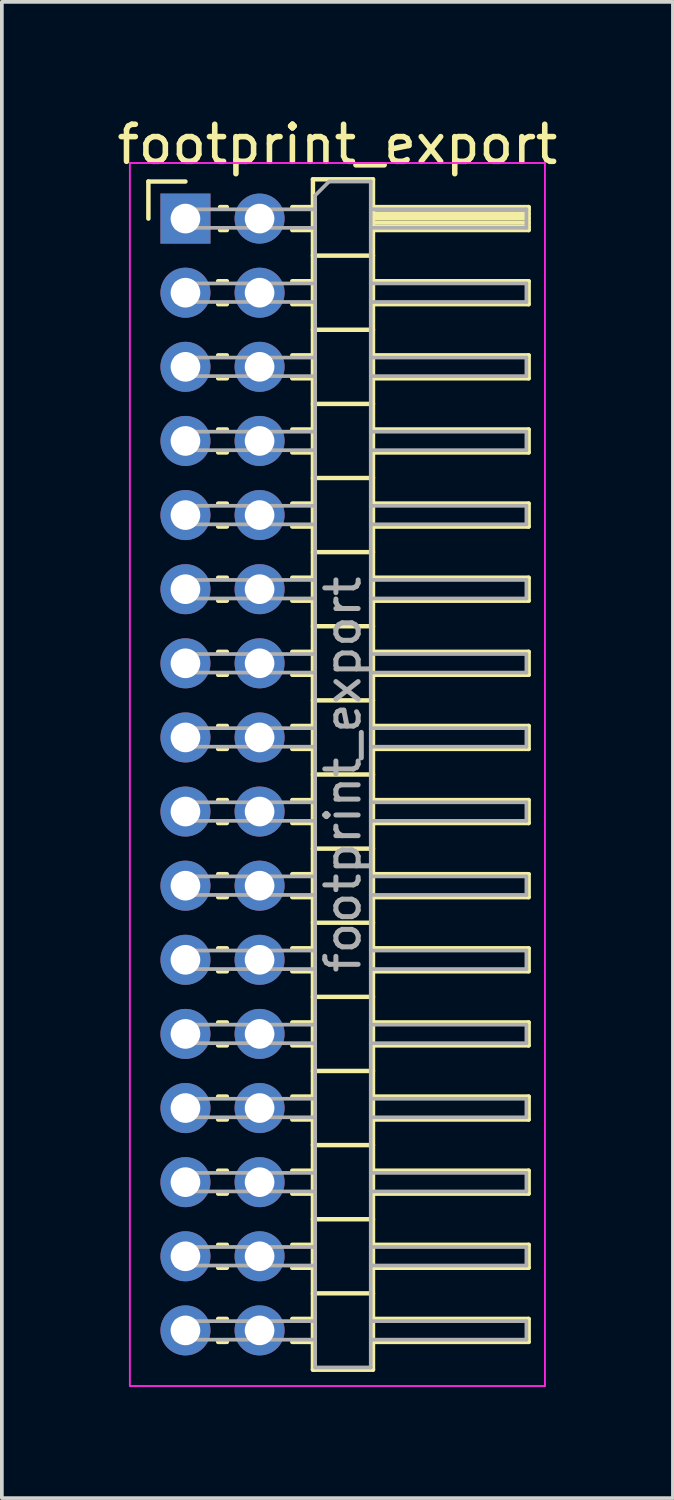
<source format=kicad_pcb>
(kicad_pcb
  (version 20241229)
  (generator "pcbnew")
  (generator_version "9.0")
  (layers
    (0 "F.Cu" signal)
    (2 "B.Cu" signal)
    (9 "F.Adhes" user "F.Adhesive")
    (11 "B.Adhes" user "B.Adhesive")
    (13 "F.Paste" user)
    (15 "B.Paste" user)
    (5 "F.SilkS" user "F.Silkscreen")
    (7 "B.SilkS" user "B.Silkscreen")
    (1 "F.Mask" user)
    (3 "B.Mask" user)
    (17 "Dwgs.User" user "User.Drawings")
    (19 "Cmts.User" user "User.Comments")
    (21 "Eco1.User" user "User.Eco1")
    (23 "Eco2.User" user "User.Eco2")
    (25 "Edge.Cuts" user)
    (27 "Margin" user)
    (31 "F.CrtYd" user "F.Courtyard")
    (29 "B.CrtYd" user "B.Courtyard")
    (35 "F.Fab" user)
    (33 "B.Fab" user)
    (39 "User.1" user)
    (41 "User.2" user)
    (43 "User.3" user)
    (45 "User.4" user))
  (footprint "footprint_export"
    (layer "F.Cu")
    (at 1.954 2.848)
    (property "Reference" "footprint_export" (at 4.1 -2 0) (layer "F.SilkS") (effects (font (size 1 1) (thickness 0.15))))
    (attr through_hole)
    (fp_line (start -1 -1) (end 0 -1) (stroke (width 0.12) (type solid)) (layer "F.SilkS"))
    (fp_line (start -1 0) (end -1 -1) (stroke (width 0.12) (type solid)) (layer "F.SilkS"))
    (fp_line (start 0.882 1.69) (end 1.118 1.69) (stroke (width 0.12) (type solid)) (layer "F.SilkS"))
    (fp_line (start 0.882 2.31) (end 1.118 2.31) (stroke (width 0.12) (type solid)) (layer "F.SilkS"))
    (fp_line (start 0.882 3.69) (end 1.118 3.69) (stroke (width 0.12) (type solid)) (layer "F.SilkS"))
    (fp_line (start 0.882 4.31) (end 1.118 4.31) (stroke (width 0.12) (type solid)) (layer "F.SilkS"))
    (fp_line (start 0.882 5.69) (end 1.118 5.69) (stroke (width 0.12) (type solid)) (layer "F.SilkS"))
    (fp_line (start 0.882 6.31) (end 1.118 6.31) (stroke (width 0.12) (type solid)) (layer "F.SilkS"))
    (fp_line (start 0.882 7.69) (end 1.118 7.69) (stroke (width 0.12) (type solid)) (layer "F.SilkS"))
    (fp_line (start 0.882 8.31) (end 1.118 8.31) (stroke (width 0.12) (type solid)) (layer "F.SilkS"))
    (fp_line (start 0.882 9.69) (end 1.118 9.69) (stroke (width 0.12) (type solid)) (layer "F.SilkS"))
    (fp_line (start 0.882 10.31) (end 1.118 10.31) (stroke (width 0.12) (type solid)) (layer "F.SilkS"))
    (fp_line (start 0.882 11.69) (end 1.118 11.69) (stroke (width 0.12) (type solid)) (layer "F.SilkS"))
    (fp_line (start 0.882 12.31) (end 1.118 12.31) (stroke (width 0.12) (type solid)) (layer "F.SilkS"))
    (fp_line (start 0.882 13.69) (end 1.118 13.69) (stroke (width 0.12) (type solid)) (layer "F.SilkS"))
    (fp_line (start 0.882 14.31) (end 1.118 14.31) (stroke (width 0.12) (type solid)) (layer "F.SilkS"))
    (fp_line (start 0.882 15.69) (end 1.118 15.69) (stroke (width 0.12) (type solid)) (layer "F.SilkS"))
    (fp_line (start 0.882 16.31) (end 1.118 16.31) (stroke (width 0.12) (type solid)) (layer "F.SilkS"))
    (fp_line (start 0.882 17.69) (end 1.118 17.69) (stroke (width 0.12) (type solid)) (layer "F.SilkS"))
    (fp_line (start 0.882 18.31) (end 1.118 18.31) (stroke (width 0.12) (type solid)) (layer "F.SilkS"))
    (fp_line (start 0.882 19.69) (end 1.118 19.69) (stroke (width 0.12) (type solid)) (layer "F.SilkS"))
    (fp_line (start 0.882 20.31) (end 1.118 20.31) (stroke (width 0.12) (type solid)) (layer "F.SilkS"))
    (fp_line (start 0.882 21.69) (end 1.118 21.69) (stroke (width 0.12) (type solid)) (layer "F.SilkS"))
    (fp_line (start 0.882 22.31) (end 1.118 22.31) (stroke (width 0.12) (type solid)) (layer "F.SilkS"))
    (fp_line (start 0.882 23.69) (end 1.118 23.69) (stroke (width 0.12) (type solid)) (layer "F.SilkS"))
    (fp_line (start 0.882 24.31) (end 1.118 24.31) (stroke (width 0.12) (type solid)) (layer "F.SilkS"))
    (fp_line (start 0.882 25.69) (end 1.118 25.69) (stroke (width 0.12) (type solid)) (layer "F.SilkS"))
    (fp_line (start 0.882 26.31) (end 1.118 26.31) (stroke (width 0.12) (type solid)) (layer "F.SilkS"))
    (fp_line (start 0.882 27.69) (end 1.118 27.69) (stroke (width 0.12) (type solid)) (layer "F.SilkS"))
    (fp_line (start 0.882 28.31) (end 1.118 28.31) (stroke (width 0.12) (type solid)) (layer "F.SilkS"))
    (fp_line (start 0.882 29.69) (end 1.118 29.69) (stroke (width 0.12) (type solid)) (layer "F.SilkS"))
    (fp_line (start 0.882 30.31) (end 1.118 30.31) (stroke (width 0.12) (type solid)) (layer "F.SilkS"))
    (fp_line (start 0.935 -0.31) (end 1.118 -0.31) (stroke (width 0.12) (type solid)) (layer "F.SilkS"))
    (fp_line (start 0.935 0.31) (end 1.118 0.31) (stroke (width 0.12) (type solid)) (layer "F.SilkS"))
    (fp_line (start 2.882 -0.31) (end 3.44 -0.31) (stroke (width 0.12) (type solid)) (layer "F.SilkS"))
    (fp_line (start 2.882 0.31) (end 3.44 0.31) (stroke (width 0.12) (type solid)) (layer "F.SilkS"))
    (fp_line (start 2.882 1.69) (end 3.44 1.69) (stroke (width 0.12) (type solid)) (layer "F.SilkS"))
    (fp_line (start 2.882 2.31) (end 3.44 2.31) (stroke (width 0.12) (type solid)) (layer "F.SilkS"))
    (fp_line (start 2.882 3.69) (end 3.44 3.69) (stroke (width 0.12) (type solid)) (layer "F.SilkS"))
    (fp_line (start 2.882 4.31) (end 3.44 4.31) (stroke (width 0.12) (type solid)) (layer "F.SilkS"))
    (fp_line (start 2.882 5.69) (end 3.44 5.69) (stroke (width 0.12) (type solid)) (layer "F.SilkS"))
    (fp_line (start 2.882 6.31) (end 3.44 6.31) (stroke (width 0.12) (type solid)) (layer "F.SilkS"))
    (fp_line (start 2.882 7.69) (end 3.44 7.69) (stroke (width 0.12) (type solid)) (layer "F.SilkS"))
    (fp_line (start 2.882 8.31) (end 3.44 8.31) (stroke (width 0.12) (type solid)) (layer "F.SilkS"))
    (fp_line (start 2.882 9.69) (end 3.44 9.69) (stroke (width 0.12) (type solid)) (layer "F.SilkS"))
    (fp_line (start 2.882 10.31) (end 3.44 10.31) (stroke (width 0.12) (type solid)) (layer "F.SilkS"))
    (fp_line (start 2.882 11.69) (end 3.44 11.69) (stroke (width 0.12) (type solid)) (layer "F.SilkS"))
    (fp_line (start 2.882 12.31) (end 3.44 12.31) (stroke (width 0.12) (type solid)) (layer "F.SilkS"))
    (fp_line (start 2.882 13.69) (end 3.44 13.69) (stroke (width 0.12) (type solid)) (layer "F.SilkS"))
    (fp_line (start 2.882 14.31) (end 3.44 14.31) (stroke (width 0.12) (type solid)) (layer "F.SilkS"))
    (fp_line (start 2.882 15.69) (end 3.44 15.69) (stroke (width 0.12) (type solid)) (layer "F.SilkS"))
    (fp_line (start 2.882 16.31) (end 3.44 16.31) (stroke (width 0.12) (type solid)) (layer "F.SilkS"))
    (fp_line (start 2.882 17.69) (end 3.44 17.69) (stroke (width 0.12) (type solid)) (layer "F.SilkS"))
    (fp_line (start 2.882 18.31) (end 3.44 18.31) (stroke (width 0.12) (type solid)) (layer "F.SilkS"))
    (fp_line (start 2.882 19.69) (end 3.44 19.69) (stroke (width 0.12) (type solid)) (layer "F.SilkS"))
    (fp_line (start 2.882 20.31) (end 3.44 20.31) (stroke (width 0.12) (type solid)) (layer "F.SilkS"))
    (fp_line (start 2.882 21.69) (end 3.44 21.69) (stroke (width 0.12) (type solid)) (layer "F.SilkS"))
    (fp_line (start 2.882 22.31) (end 3.44 22.31) (stroke (width 0.12) (type solid)) (layer "F.SilkS"))
    (fp_line (start 2.882 23.69) (end 3.44 23.69) (stroke (width 0.12) (type solid)) (layer "F.SilkS"))
    (fp_line (start 2.882 24.31) (end 3.44 24.31) (stroke (width 0.12) (type solid)) (layer "F.SilkS"))
    (fp_line (start 2.882 25.69) (end 3.44 25.69) (stroke (width 0.12) (type solid)) (layer "F.SilkS"))
    (fp_line (start 2.882 26.31) (end 3.44 26.31) (stroke (width 0.12) (type solid)) (layer "F.SilkS"))
    (fp_line (start 2.882 27.69) (end 3.44 27.69) (stroke (width 0.12) (type solid)) (layer "F.SilkS"))
    (fp_line (start 2.882 28.31) (end 3.44 28.31) (stroke (width 0.12) (type solid)) (layer "F.SilkS"))
    (fp_line (start 2.882 29.69) (end 3.44 29.69) (stroke (width 0.12) (type solid)) (layer "F.SilkS"))
    (fp_line (start 2.882 30.31) (end 3.44 30.31) (stroke (width 0.12) (type solid)) (layer "F.SilkS"))
    (fp_line (start 3.44 -1.06) (end 3.44 31.06) (stroke (width 0.12) (type solid)) (layer "F.SilkS"))
    (fp_line (start 3.44 1) (end 5.06 1) (stroke (width 0.12) (type solid)) (layer "F.SilkS"))
    (fp_line (start 3.44 3) (end 5.06 3) (stroke (width 0.12) (type solid)) (layer "F.SilkS"))
    (fp_line (start 3.44 5) (end 5.06 5) (stroke (width 0.12) (type solid)) (layer "F.SilkS"))
    (fp_line (start 3.44 7) (end 5.06 7) (stroke (width 0.12) (type solid)) (layer "F.SilkS"))
    (fp_line (start 3.44 9) (end 5.06 9) (stroke (width 0.12) (type solid)) (layer "F.SilkS"))
    (fp_line (start 3.44 11) (end 5.06 11) (stroke (width 0.12) (type solid)) (layer "F.SilkS"))
    (fp_line (start 3.44 13) (end 5.06 13) (stroke (width 0.12) (type solid)) (layer "F.SilkS"))
    (fp_line (start 3.44 15) (end 5.06 15) (stroke (width 0.12) (type solid)) (layer "F.SilkS"))
    (fp_line (start 3.44 17) (end 5.06 17) (stroke (width 0.12) (type solid)) (layer "F.SilkS"))
    (fp_line (start 3.44 19) (end 5.06 19) (stroke (width 0.12) (type solid)) (layer "F.SilkS"))
    (fp_line (start 3.44 21) (end 5.06 21) (stroke (width 0.12) (type solid)) (layer "F.SilkS"))
    (fp_line (start 3.44 23) (end 5.06 23) (stroke (width 0.12) (type solid)) (layer "F.SilkS"))
    (fp_line (start 3.44 25) (end 5.06 25) (stroke (width 0.12) (type solid)) (layer "F.SilkS"))
    (fp_line (start 3.44 27) (end 5.06 27) (stroke (width 0.12) (type solid)) (layer "F.SilkS"))
    (fp_line (start 3.44 29) (end 5.06 29) (stroke (width 0.12) (type solid)) (layer "F.SilkS"))
    (fp_line (start 3.44 31.06) (end 5.06 31.06) (stroke (width 0.12) (type solid)) (layer "F.SilkS"))
    (fp_line (start 5.06 -1.06) (end 3.44 -1.06) (stroke (width 0.12) (type solid)) (layer "F.SilkS"))
    (fp_line (start 5.06 -0.31) (end 9.26 -0.31) (stroke (width 0.12) (type solid)) (layer "F.SilkS"))
    (fp_line (start 5.06 -0.25) (end 9.26 -0.25) (stroke (width 0.12) (type solid)) (layer "F.SilkS"))
    (fp_line (start 5.06 -0.13) (end 9.26 -0.13) (stroke (width 0.12) (type solid)) (layer "F.SilkS"))
    (fp_line (start 5.06 -0.01) (end 9.26 -0.01) (stroke (width 0.12) (type solid)) (layer "F.SilkS"))
    (fp_line (start 5.06 0.11) (end 9.26 0.11) (stroke (width 0.12) (type solid)) (layer "F.SilkS"))
    (fp_line (start 5.06 0.23) (end 9.26 0.23) (stroke (width 0.12) (type solid)) (layer "F.SilkS"))
    (fp_line (start 5.06 1.69) (end 9.26 1.69) (stroke (width 0.12) (type solid)) (layer "F.SilkS"))
    (fp_line (start 5.06 3.69) (end 9.26 3.69) (stroke (width 0.12) (type solid)) (layer "F.SilkS"))
    (fp_line (start 5.06 5.69) (end 9.26 5.69) (stroke (width 0.12) (type solid)) (layer "F.SilkS"))
    (fp_line (start 5.06 7.69) (end 9.26 7.69) (stroke (width 0.12) (type solid)) (layer "F.SilkS"))
    (fp_line (start 5.06 9.69) (end 9.26 9.69) (stroke (width 0.12) (type solid)) (layer "F.SilkS"))
    (fp_line (start 5.06 11.69) (end 9.26 11.69) (stroke (width 0.12) (type solid)) (layer "F.SilkS"))
    (fp_line (start 5.06 13.69) (end 9.26 13.69) (stroke (width 0.12) (type solid)) (layer "F.SilkS"))
    (fp_line (start 5.06 15.69) (end 9.26 15.69) (stroke (width 0.12) (type solid)) (layer "F.SilkS"))
    (fp_line (start 5.06 17.69) (end 9.26 17.69) (stroke (width 0.12) (type solid)) (layer "F.SilkS"))
    (fp_line (start 5.06 19.69) (end 9.26 19.69) (stroke (width 0.12) (type solid)) (layer "F.SilkS"))
    (fp_line (start 5.06 21.69) (end 9.26 21.69) (stroke (width 0.12) (type solid)) (layer "F.SilkS"))
    (fp_line (start 5.06 23.69) (end 9.26 23.69) (stroke (width 0.12) (type solid)) (layer "F.SilkS"))
    (fp_line (start 5.06 25.69) (end 9.26 25.69) (stroke (width 0.12) (type solid)) (layer "F.SilkS"))
    (fp_line (start 5.06 27.69) (end 9.26 27.69) (stroke (width 0.12) (type solid)) (layer "F.SilkS"))
    (fp_line (start 5.06 29.69) (end 9.26 29.69) (stroke (width 0.12) (type solid)) (layer "F.SilkS"))
    (fp_line (start 5.06 31.06) (end 5.06 -1.06) (stroke (width 0.12) (type solid)) (layer "F.SilkS"))
    (fp_line (start 9.26 -0.31) (end 9.26 0.31) (stroke (width 0.12) (type solid)) (layer "F.SilkS"))
    (fp_line (start 9.26 0.31) (end 5.06 0.31) (stroke (width 0.12) (type solid)) (layer "F.SilkS"))
    (fp_line (start 9.26 1.69) (end 9.26 2.31) (stroke (width 0.12) (type solid)) (layer "F.SilkS"))
    (fp_line (start 9.26 2.31) (end 5.06 2.31) (stroke (width 0.12) (type solid)) (layer "F.SilkS"))
    (fp_line (start 9.26 3.69) (end 9.26 4.31) (stroke (width 0.12) (type solid)) (layer "F.SilkS"))
    (fp_line (start 9.26 4.31) (end 5.06 4.31) (stroke (width 0.12) (type solid)) (layer "F.SilkS"))
    (fp_line (start 9.26 5.69) (end 9.26 6.31) (stroke (width 0.12) (type solid)) (layer "F.SilkS"))
    (fp_line (start 9.26 6.31) (end 5.06 6.31) (stroke (width 0.12) (type solid)) (layer "F.SilkS"))
    (fp_line (start 9.26 7.69) (end 9.26 8.31) (stroke (width 0.12) (type solid)) (layer "F.SilkS"))
    (fp_line (start 9.26 8.31) (end 5.06 8.31) (stroke (width 0.12) (type solid)) (layer "F.SilkS"))
    (fp_line (start 9.26 9.69) (end 9.26 10.31) (stroke (width 0.12) (type solid)) (layer "F.SilkS"))
    (fp_line (start 9.26 10.31) (end 5.06 10.31) (stroke (width 0.12) (type solid)) (layer "F.SilkS"))
    (fp_line (start 9.26 11.69) (end 9.26 12.31) (stroke (width 0.12) (type solid)) (layer "F.SilkS"))
    (fp_line (start 9.26 12.31) (end 5.06 12.31) (stroke (width 0.12) (type solid)) (layer "F.SilkS"))
    (fp_line (start 9.26 13.69) (end 9.26 14.31) (stroke (width 0.12) (type solid)) (layer "F.SilkS"))
    (fp_line (start 9.26 14.31) (end 5.06 14.31) (stroke (width 0.12) (type solid)) (layer "F.SilkS"))
    (fp_line (start 9.26 15.69) (end 9.26 16.31) (stroke (width 0.12) (type solid)) (layer "F.SilkS"))
    (fp_line (start 9.26 16.31) (end 5.06 16.31) (stroke (width 0.12) (type solid)) (layer "F.SilkS"))
    (fp_line (start 9.26 17.69) (end 9.26 18.31) (stroke (width 0.12) (type solid)) (layer "F.SilkS"))
    (fp_line (start 9.26 18.31) (end 5.06 18.31) (stroke (width 0.12) (type solid)) (layer "F.SilkS"))
    (fp_line (start 9.26 19.69) (end 9.26 20.31) (stroke (width 0.12) (type solid)) (layer "F.SilkS"))
    (fp_line (start 9.26 20.31) (end 5.06 20.31) (stroke (width 0.12) (type solid)) (layer "F.SilkS"))
    (fp_line (start 9.26 21.69) (end 9.26 22.31) (stroke (width 0.12) (type solid)) (layer "F.SilkS"))
    (fp_line (start 9.26 22.31) (end 5.06 22.31) (stroke (width 0.12) (type solid)) (layer "F.SilkS"))
    (fp_line (start 9.26 23.69) (end 9.26 24.31) (stroke (width 0.12) (type solid)) (layer "F.SilkS"))
    (fp_line (start 9.26 24.31) (end 5.06 24.31) (stroke (width 0.12) (type solid)) (layer "F.SilkS"))
    (fp_line (start 9.26 25.69) (end 9.26 26.31) (stroke (width 0.12) (type solid)) (layer "F.SilkS"))
    (fp_line (start 9.26 26.31) (end 5.06 26.31) (stroke (width 0.12) (type solid)) (layer "F.SilkS"))
    (fp_line (start 9.26 27.69) (end 9.26 28.31) (stroke (width 0.12) (type solid)) (layer "F.SilkS"))
    (fp_line (start 9.26 28.31) (end 5.06 28.31) (stroke (width 0.12) (type solid)) (layer "F.SilkS"))
    (fp_line (start 9.26 29.69) (end 9.26 30.31) (stroke (width 0.12) (type solid)) (layer "F.SilkS"))
    (fp_line (start 9.26 30.31) (end 5.06 30.31) (stroke (width 0.12) (type solid)) (layer "F.SilkS"))
    (fp_line (start -1.5 -1.5) (end -1.5 31.5) (stroke (width 0.05) (type solid)) (layer "F.CrtYd"))
    (fp_line (start -1.5 31.5) (end 9.7 31.5) (stroke (width 0.05) (type solid)) (layer "F.CrtYd"))
    (fp_line (start 9.7 -1.5) (end -1.5 -1.5) (stroke (width 0.05) (type solid)) (layer "F.CrtYd"))
    (fp_line (start 9.7 31.5) (end 9.7 -1.5) (stroke (width 0.05) (type solid)) (layer "F.CrtYd"))
    (fp_line (start -0.25 -0.25) (end -0.25 0.25) (stroke (width 0.1) (type solid)) (layer "F.Fab"))
    (fp_line (start -0.25 -0.25) (end 3.5 -0.25) (stroke (width 0.1) (type solid)) (layer "F.Fab"))
    (fp_line (start -0.25 0.25) (end 3.5 0.25) (stroke (width 0.1) (type solid)) (layer "F.Fab"))
    (fp_line (start -0.25 1.75) (end -0.25 2.25) (stroke (width 0.1) (type solid)) (layer "F.Fab"))
    (fp_line (start -0.25 1.75) (end 3.5 1.75) (stroke (width 0.1) (type solid)) (layer "F.Fab"))
    (fp_line (start -0.25 2.25) (end 3.5 2.25) (stroke (width 0.1) (type solid)) (layer "F.Fab"))
    (fp_line (start -0.25 3.75) (end -0.25 4.25) (stroke (width 0.1) (type solid)) (layer "F.Fab"))
    (fp_line (start -0.25 3.75) (end 3.5 3.75) (stroke (width 0.1) (type solid)) (layer "F.Fab"))
    (fp_line (start -0.25 4.25) (end 3.5 4.25) (stroke (width 0.1) (type solid)) (layer "F.Fab"))
    (fp_line (start -0.25 5.75) (end -0.25 6.25) (stroke (width 0.1) (type solid)) (layer "F.Fab"))
    (fp_line (start -0.25 5.75) (end 3.5 5.75) (stroke (width 0.1) (type solid)) (layer "F.Fab"))
    (fp_line (start -0.25 6.25) (end 3.5 6.25) (stroke (width 0.1) (type solid)) (layer "F.Fab"))
    (fp_line (start -0.25 7.75) (end -0.25 8.25) (stroke (width 0.1) (type solid)) (layer "F.Fab"))
    (fp_line (start -0.25 7.75) (end 3.5 7.75) (stroke (width 0.1) (type solid)) (layer "F.Fab"))
    (fp_line (start -0.25 8.25) (end 3.5 8.25) (stroke (width 0.1) (type solid)) (layer "F.Fab"))
    (fp_line (start -0.25 9.75) (end -0.25 10.25) (stroke (width 0.1) (type solid)) (layer "F.Fab"))
    (fp_line (start -0.25 9.75) (end 3.5 9.75) (stroke (width 0.1) (type solid)) (layer "F.Fab"))
    (fp_line (start -0.25 10.25) (end 3.5 10.25) (stroke (width 0.1) (type solid)) (layer "F.Fab"))
    (fp_line (start -0.25 11.75) (end -0.25 12.25) (stroke (width 0.1) (type solid)) (layer "F.Fab"))
    (fp_line (start -0.25 11.75) (end 3.5 11.75) (stroke (width 0.1) (type solid)) (layer "F.Fab"))
    (fp_line (start -0.25 12.25) (end 3.5 12.25) (stroke (width 0.1) (type solid)) (layer "F.Fab"))
    (fp_line (start -0.25 13.75) (end -0.25 14.25) (stroke (width 0.1) (type solid)) (layer "F.Fab"))
    (fp_line (start -0.25 13.75) (end 3.5 13.75) (stroke (width 0.1) (type solid)) (layer "F.Fab"))
    (fp_line (start -0.25 14.25) (end 3.5 14.25) (stroke (width 0.1) (type solid)) (layer "F.Fab"))
    (fp_line (start -0.25 15.75) (end -0.25 16.25) (stroke (width 0.1) (type solid)) (layer "F.Fab"))
    (fp_line (start -0.25 15.75) (end 3.5 15.75) (stroke (width 0.1) (type solid)) (layer "F.Fab"))
    (fp_line (start -0.25 16.25) (end 3.5 16.25) (stroke (width 0.1) (type solid)) (layer "F.Fab"))
    (fp_line (start -0.25 17.75) (end -0.25 18.25) (stroke (width 0.1) (type solid)) (layer "F.Fab"))
    (fp_line (start -0.25 17.75) (end 3.5 17.75) (stroke (width 0.1) (type solid)) (layer "F.Fab"))
    (fp_line (start -0.25 18.25) (end 3.5 18.25) (stroke (width 0.1) (type solid)) (layer "F.Fab"))
    (fp_line (start -0.25 19.75) (end -0.25 20.25) (stroke (width 0.1) (type solid)) (layer "F.Fab"))
    (fp_line (start -0.25 19.75) (end 3.5 19.75) (stroke (width 0.1) (type solid)) (layer "F.Fab"))
    (fp_line (start -0.25 20.25) (end 3.5 20.25) (stroke (width 0.1) (type solid)) (layer "F.Fab"))
    (fp_line (start -0.25 21.75) (end -0.25 22.25) (stroke (width 0.1) (type solid)) (layer "F.Fab"))
    (fp_line (start -0.25 21.75) (end 3.5 21.75) (stroke (width 0.1) (type solid)) (layer "F.Fab"))
    (fp_line (start -0.25 22.25) (end 3.5 22.25) (stroke (width 0.1) (type solid)) (layer "F.Fab"))
    (fp_line (start -0.25 23.75) (end -0.25 24.25) (stroke (width 0.1) (type solid)) (layer "F.Fab"))
    (fp_line (start -0.25 23.75) (end 3.5 23.75) (stroke (width 0.1) (type solid)) (layer "F.Fab"))
    (fp_line (start -0.25 24.25) (end 3.5 24.25) (stroke (width 0.1) (type solid)) (layer "F.Fab"))
    (fp_line (start -0.25 25.75) (end -0.25 26.25) (stroke (width 0.1) (type solid)) (layer "F.Fab"))
    (fp_line (start -0.25 25.75) (end 3.5 25.75) (stroke (width 0.1) (type solid)) (layer "F.Fab"))
    (fp_line (start -0.25 26.25) (end 3.5 26.25) (stroke (width 0.1) (type solid)) (layer "F.Fab"))
    (fp_line (start -0.25 27.75) (end -0.25 28.25) (stroke (width 0.1) (type solid)) (layer "F.Fab"))
    (fp_line (start -0.25 27.75) (end 3.5 27.75) (stroke (width 0.1) (type solid)) (layer "F.Fab"))
    (fp_line (start -0.25 28.25) (end 3.5 28.25) (stroke (width 0.1) (type solid)) (layer "F.Fab"))
    (fp_line (start -0.25 29.75) (end -0.25 30.25) (stroke (width 0.1) (type solid)) (layer "F.Fab"))
    (fp_line (start -0.25 29.75) (end 3.5 29.75) (stroke (width 0.1) (type solid)) (layer "F.Fab"))
    (fp_line (start -0.25 30.25) (end 3.5 30.25) (stroke (width 0.1) (type solid)) (layer "F.Fab"))
    (fp_line (start 3.5 -0.625) (end 3.875 -1) (stroke (width 0.1) (type solid)) (layer "F.Fab"))
    (fp_line (start 3.5 31) (end 3.5 -0.625) (stroke (width 0.1) (type solid)) (layer "F.Fab"))
    (fp_line (start 3.875 -1) (end 5 -1) (stroke (width 0.1) (type solid)) (layer "F.Fab"))
    (fp_line (start 5 -1) (end 5 31) (stroke (width 0.1) (type solid)) (layer "F.Fab"))
    (fp_line (start 5 -0.25) (end 9.2 -0.25) (stroke (width 0.1) (type solid)) (layer "F.Fab"))
    (fp_line (start 5 0.25) (end 9.2 0.25) (stroke (width 0.1) (type solid)) (layer "F.Fab"))
    (fp_line (start 5 1.75) (end 9.2 1.75) (stroke (width 0.1) (type solid)) (layer "F.Fab"))
    (fp_line (start 5 2.25) (end 9.2 2.25) (stroke (width 0.1) (type solid)) (layer "F.Fab"))
    (fp_line (start 5 3.75) (end 9.2 3.75) (stroke (width 0.1) (type solid)) (layer "F.Fab"))
    (fp_line (start 5 4.25) (end 9.2 4.25) (stroke (width 0.1) (type solid)) (layer "F.Fab"))
    (fp_line (start 5 5.75) (end 9.2 5.75) (stroke (width 0.1) (type solid)) (layer "F.Fab"))
    (fp_line (start 5 6.25) (end 9.2 6.25) (stroke (width 0.1) (type solid)) (layer "F.Fab"))
    (fp_line (start 5 7.75) (end 9.2 7.75) (stroke (width 0.1) (type solid)) (layer "F.Fab"))
    (fp_line (start 5 8.25) (end 9.2 8.25) (stroke (width 0.1) (type solid)) (layer "F.Fab"))
    (fp_line (start 5 9.75) (end 9.2 9.75) (stroke (width 0.1) (type solid)) (layer "F.Fab"))
    (fp_line (start 5 10.25) (end 9.2 10.25) (stroke (width 0.1) (type solid)) (layer "F.Fab"))
    (fp_line (start 5 11.75) (end 9.2 11.75) (stroke (width 0.1) (type solid)) (layer "F.Fab"))
    (fp_line (start 5 12.25) (end 9.2 12.25) (stroke (width 0.1) (type solid)) (layer "F.Fab"))
    (fp_line (start 5 13.75) (end 9.2 13.75) (stroke (width 0.1) (type solid)) (layer "F.Fab"))
    (fp_line (start 5 14.25) (end 9.2 14.25) (stroke (width 0.1) (type solid)) (layer "F.Fab"))
    (fp_line (start 5 15.75) (end 9.2 15.75) (stroke (width 0.1) (type solid)) (layer "F.Fab"))
    (fp_line (start 5 16.25) (end 9.2 16.25) (stroke (width 0.1) (type solid)) (layer "F.Fab"))
    (fp_line (start 5 17.75) (end 9.2 17.75) (stroke (width 0.1) (type solid)) (layer "F.Fab"))
    (fp_line (start 5 18.25) (end 9.2 18.25) (stroke (width 0.1) (type solid)) (layer "F.Fab"))
    (fp_line (start 5 19.75) (end 9.2 19.75) (stroke (width 0.1) (type solid)) (layer "F.Fab"))
    (fp_line (start 5 20.25) (end 9.2 20.25) (stroke (width 0.1) (type solid)) (layer "F.Fab"))
    (fp_line (start 5 21.75) (end 9.2 21.75) (stroke (width 0.1) (type solid)) (layer "F.Fab"))
    (fp_line (start 5 22.25) (end 9.2 22.25) (stroke (width 0.1) (type solid)) (layer "F.Fab"))
    (fp_line (start 5 23.75) (end 9.2 23.75) (stroke (width 0.1) (type solid)) (layer "F.Fab"))
    (fp_line (start 5 24.25) (end 9.2 24.25) (stroke (width 0.1) (type solid)) (layer "F.Fab"))
    (fp_line (start 5 25.75) (end 9.2 25.75) (stroke (width 0.1) (type solid)) (layer "F.Fab"))
    (fp_line (start 5 26.25) (end 9.2 26.25) (stroke (width 0.1) (type solid)) (layer "F.Fab"))
    (fp_line (start 5 27.75) (end 9.2 27.75) (stroke (width 0.1) (type solid)) (layer "F.Fab"))
    (fp_line (start 5 28.25) (end 9.2 28.25) (stroke (width 0.1) (type solid)) (layer "F.Fab"))
    (fp_line (start 5 29.75) (end 9.2 29.75) (stroke (width 0.1) (type solid)) (layer "F.Fab"))
    (fp_line (start 5 30.25) (end 9.2 30.25) (stroke (width 0.1) (type solid)) (layer "F.Fab"))
    (fp_line (start 5 31) (end 3.5 31) (stroke (width 0.1) (type solid)) (layer "F.Fab"))
    (fp_line (start 9.2 -0.25) (end 9.2 0.25) (stroke (width 0.1) (type solid)) (layer "F.Fab"))
    (fp_line (start 9.2 1.75) (end 9.2 2.25) (stroke (width 0.1) (type solid)) (layer "F.Fab"))
    (fp_line (start 9.2 3.75) (end 9.2 4.25) (stroke (width 0.1) (type solid)) (layer "F.Fab"))
    (fp_line (start 9.2 5.75) (end 9.2 6.25) (stroke (width 0.1) (type solid)) (layer "F.Fab"))
    (fp_line (start 9.2 7.75) (end 9.2 8.25) (stroke (width 0.1) (type solid)) (layer "F.Fab"))
    (fp_line (start 9.2 9.75) (end 9.2 10.25) (stroke (width 0.1) (type solid)) (layer "F.Fab"))
    (fp_line (start 9.2 11.75) (end 9.2 12.25) (stroke (width 0.1) (type solid)) (layer "F.Fab"))
    (fp_line (start 9.2 13.75) (end 9.2 14.25) (stroke (width 0.1) (type solid)) (layer "F.Fab"))
    (fp_line (start 9.2 15.75) (end 9.2 16.25) (stroke (width 0.1) (type solid)) (layer "F.Fab"))
    (fp_line (start 9.2 17.75) (end 9.2 18.25) (stroke (width 0.1) (type solid)) (layer "F.Fab"))
    (fp_line (start 9.2 19.75) (end 9.2 20.25) (stroke (width 0.1) (type solid)) (layer "F.Fab"))
    (fp_line (start 9.2 21.75) (end 9.2 22.25) (stroke (width 0.1) (type solid)) (layer "F.Fab"))
    (fp_line (start 9.2 23.75) (end 9.2 24.25) (stroke (width 0.1) (type solid)) (layer "F.Fab"))
    (fp_line (start 9.2 25.75) (end 9.2 26.25) (stroke (width 0.1) (type solid)) (layer "F.Fab"))
    (fp_line (start 9.2 27.75) (end 9.2 28.25) (stroke (width 0.1) (type solid)) (layer "F.Fab"))
    (fp_line (start 9.2 29.75) (end 9.2 30.25) (stroke (width 0.1) (type solid)) (layer "F.Fab"))
    (fp_text user "${REFERENCE}" (at 4.25 15 90) (layer "F.Fab") (effects (font (size 0.9 0.9) (thickness 0.135))))
    (pad "1" thru_hole rect (at 0 0) (size 1.35 1.35) (drill 0.8) (layers "*.Cu" "*.Mask"))
    (pad "2" thru_hole oval (at 2 0) (size 1.35 1.35) (drill 0.8) (layers "*.Cu" "*.Mask"))
    (pad "3" thru_hole oval (at 0 2) (size 1.35 1.35) (drill 0.8) (layers "*.Cu" "*.Mask"))
    (pad "4" thru_hole oval (at 2 2) (size 1.35 1.35) (drill 0.8) (layers "*.Cu" "*.Mask"))
    (pad "5" thru_hole oval (at 0 4) (size 1.35 1.35) (drill 0.8) (layers "*.Cu" "*.Mask"))
    (pad "6" thru_hole oval (at 2 4) (size 1.35 1.35) (drill 0.8) (layers "*.Cu" "*.Mask"))
    (pad "7" thru_hole oval (at 0 6) (size 1.35 1.35) (drill 0.8) (layers "*.Cu" "*.Mask"))
    (pad "8" thru_hole oval (at 2 6) (size 1.35 1.35) (drill 0.8) (layers "*.Cu" "*.Mask"))
    (pad "9" thru_hole oval (at 0 8) (size 1.35 1.35) (drill 0.8) (layers "*.Cu" "*.Mask"))
    (pad "10" thru_hole oval (at 2 8) (size 1.35 1.35) (drill 0.8) (layers "*.Cu" "*.Mask"))
    (pad "11" thru_hole oval (at 0 10) (size 1.35 1.35) (drill 0.8) (layers "*.Cu" "*.Mask"))
    (pad "12" thru_hole oval (at 2 10) (size 1.35 1.35) (drill 0.8) (layers "*.Cu" "*.Mask"))
    (pad "13" thru_hole oval (at 0 12) (size 1.35 1.35) (drill 0.8) (layers "*.Cu" "*.Mask"))
    (pad "14" thru_hole oval (at 2 12) (size 1.35 1.35) (drill 0.8) (layers "*.Cu" "*.Mask"))
    (pad "15" thru_hole oval (at 0 14) (size 1.35 1.35) (drill 0.8) (layers "*.Cu" "*.Mask"))
    (pad "16" thru_hole oval (at 2 14) (size 1.35 1.35) (drill 0.8) (layers "*.Cu" "*.Mask"))
    (pad "17" thru_hole oval (at 0 16) (size 1.35 1.35) (drill 0.8) (layers "*.Cu" "*.Mask"))
    (pad "18" thru_hole oval (at 2 16) (size 1.35 1.35) (drill 0.8) (layers "*.Cu" "*.Mask"))
    (pad "19" thru_hole oval (at 0 18) (size 1.35 1.35) (drill 0.8) (layers "*.Cu" "*.Mask"))
    (pad "20" thru_hole oval (at 2 18) (size 1.35 1.35) (drill 0.8) (layers "*.Cu" "*.Mask"))
    (pad "21" thru_hole oval (at 0 20) (size 1.35 1.35) (drill 0.8) (layers "*.Cu" "*.Mask"))
    (pad "22" thru_hole oval (at 2 20) (size 1.35 1.35) (drill 0.8) (layers "*.Cu" "*.Mask"))
    (pad "23" thru_hole oval (at 0 22) (size 1.35 1.35) (drill 0.8) (layers "*.Cu" "*.Mask"))
    (pad "24" thru_hole oval (at 2 22) (size 1.35 1.35) (drill 0.8) (layers "*.Cu" "*.Mask"))
    (pad "25" thru_hole oval (at 0 24) (size 1.35 1.35) (drill 0.8) (layers "*.Cu" "*.Mask"))
    (pad "26" thru_hole oval (at 2 24) (size 1.35 1.35) (drill 0.8) (layers "*.Cu" "*.Mask"))
    (pad "27" thru_hole oval (at 0 26) (size 1.35 1.35) (drill 0.8) (layers "*.Cu" "*.Mask"))
    (pad "28" thru_hole oval (at 2 26) (size 1.35 1.35) (drill 0.8) (layers "*.Cu" "*.Mask"))
    (pad "29" thru_hole oval (at 0 28) (size 1.35 1.35) (drill 0.8) (layers "*.Cu" "*.Mask"))
    (pad "30" thru_hole oval (at 2 28) (size 1.35 1.35) (drill 0.8) (layers "*.Cu" "*.Mask"))
    (pad "31" thru_hole oval (at 0 30) (size 1.35 1.35) (drill 0.8) (layers "*.Cu" "*.Mask"))
    (pad "32" thru_hole oval (at 2 30) (size 1.35 1.35) (drill 0.8) (layers "*.Cu" "*.Mask")))
  (gr_rect
    (start -3 -3)
    (end 15.107 37.373)
    (stroke (width 0.1) (type default))
    (fill no)
    (layer "Edge.Cuts")))
</source>
